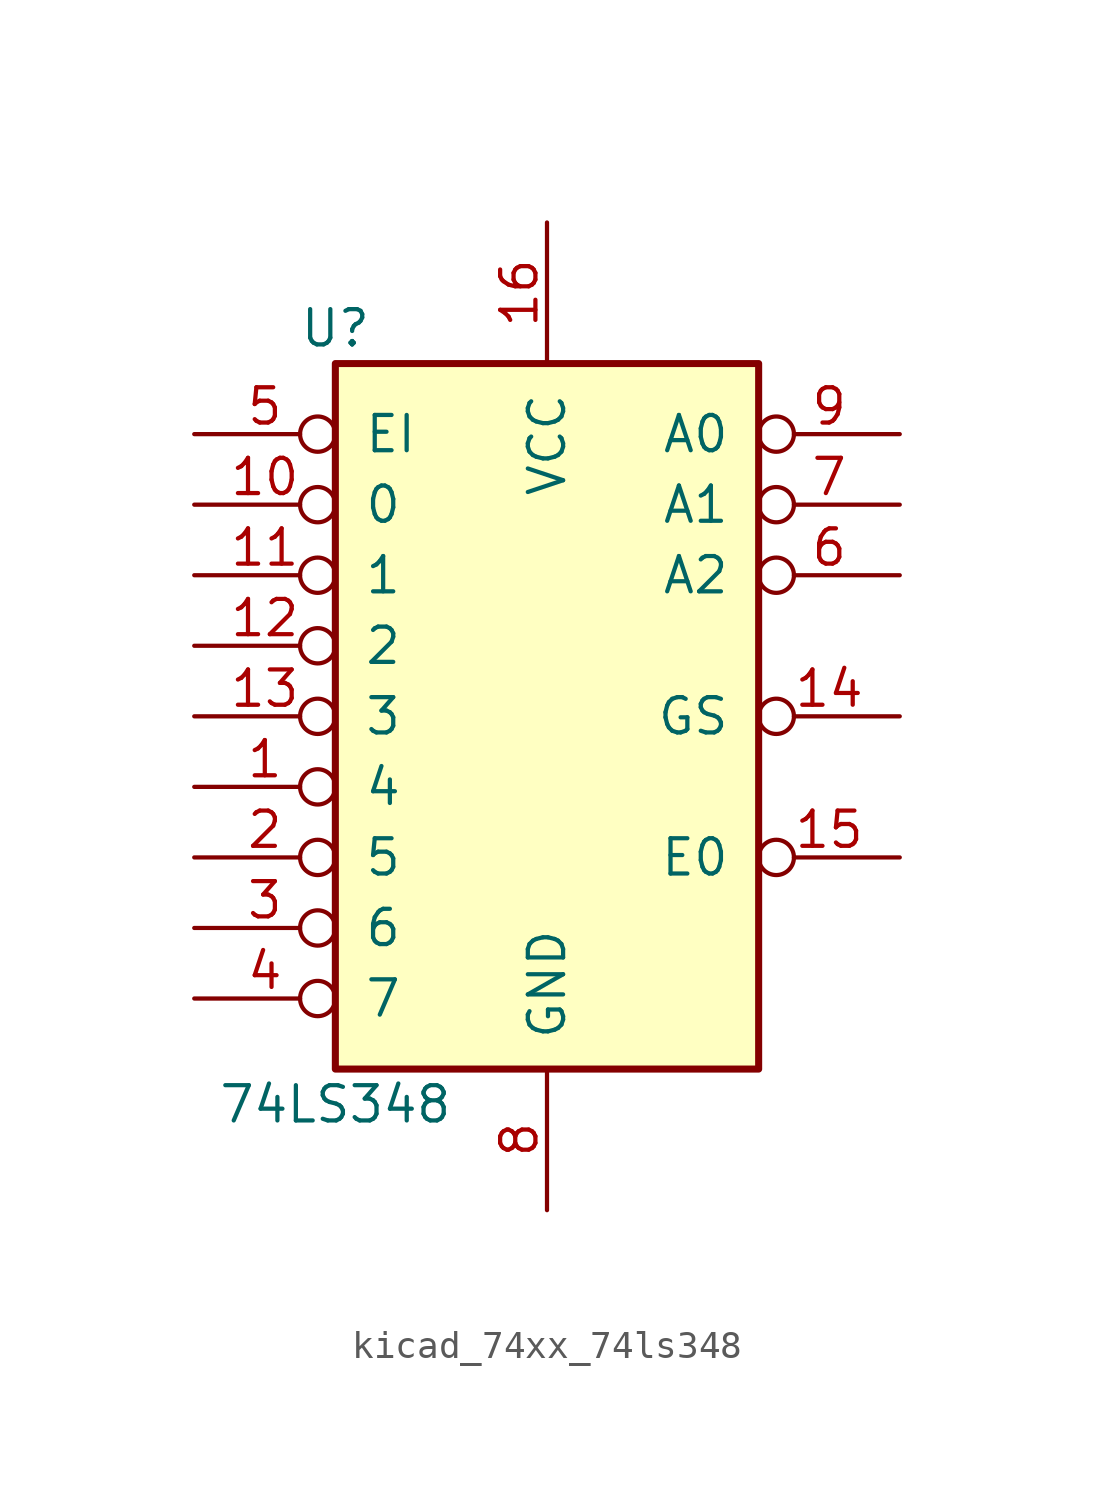
<source format=kicad_sym>
(kicad_symbol_lib
  (version 20220914)
  (generator kicad_symbol_editor)
  (symbol "kicad_74xx_74ls348"
    (pin_names
      (offset 1.016))
    (property "Reference" "U"
      (at -7.62 13.97 0)
      (effects (font (size 1.27 1.27))))
    (property "Value" "74LS348"
      (at -7.62 -13.97 0)
      (effects (font (size 1.27 1.27))))
    (property "ki_locked" ""
      (at 0 0 0)
      (effects (font (size 1.27 1.27))))
    (symbol "kicad_74xx_74ls348_1_0"
      (pin input inverted (at -12.7 -2.54 0) (length 5.08) (name "4" (effects (font (size 1.27 1.27)))) (number "1" (effects (font (size 1.27 1.27)))))
      (pin input inverted (at -12.7 7.62 0) (length 5.08) (name "0" (effects (font (size 1.27 1.27)))) (number "10" (effects (font (size 1.27 1.27)))))
      (pin input inverted (at -12.7 5.08 0) (length 5.08) (name "1" (effects (font (size 1.27 1.27)))) (number "11" (effects (font (size 1.27 1.27)))))
      (pin input inverted (at -12.7 2.54 0) (length 5.08) (name "2" (effects (font (size 1.27 1.27)))) (number "12" (effects (font (size 1.27 1.27)))))
      (pin input inverted (at -12.7 0 0) (length 5.08) (name "3" (effects (font (size 1.27 1.27)))) (number "13" (effects (font (size 1.27 1.27)))))
      (pin output inverted (at 12.7 0 180) (length 5.08) (name "GS" (effects (font (size 1.27 1.27)))) (number "14" (effects (font (size 1.27 1.27)))))
      (pin output inverted (at 12.7 -5.08 180) (length 5.08) (name "E0" (effects (font (size 1.27 1.27)))) (number "15" (effects (font (size 1.27 1.27)))))
      (pin power_in line (at 0 17.78 270) (length 5.08) (name "VCC" (effects (font (size 1.27 1.27)))) (number "16" (effects (font (size 1.27 1.27)))))
      (pin input inverted (at -12.7 -5.08 0) (length 5.08) (name "5" (effects (font (size 1.27 1.27)))) (number "2" (effects (font (size 1.27 1.27)))))
      (pin input inverted (at -12.7 -7.62 0) (length 5.08) (name "6" (effects (font (size 1.27 1.27)))) (number "3" (effects (font (size 1.27 1.27)))))
      (pin input inverted (at -12.7 -10.16 0) (length 5.08) (name "7" (effects (font (size 1.27 1.27)))) (number "4" (effects (font (size 1.27 1.27)))))
      (pin input inverted (at -12.7 10.16 0) (length 5.08) (name "EI" (effects (font (size 1.27 1.27)))) (number "5" (effects (font (size 1.27 1.27)))))
      (pin tri_state inverted (at 12.7 5.08 180) (length 5.08) (name "A2" (effects (font (size 1.27 1.27)))) (number "6" (effects (font (size 1.27 1.27)))))
      (pin tri_state inverted (at 12.7 7.62 180) (length 5.08) (name "A1" (effects (font (size 1.27 1.27)))) (number "7" (effects (font (size 1.27 1.27)))))
      (pin power_in line (at 0 -17.78 90) (length 5.08) (name "GND" (effects (font (size 1.27 1.27)))) (number "8" (effects (font (size 1.27 1.27)))))
      (pin tri_state inverted (at 12.7 10.16 180) (length 5.08) (name "A0" (effects (font (size 1.27 1.27)))) (number "9" (effects (font (size 1.27 1.27))))))
    (symbol "kicad_74xx_74ls348_1_1"
      (rectangle (start -7.62 12.7) (end 7.62 -12.7) (stroke (width 0.254) (type default)) (fill (type background))))))
</source>
